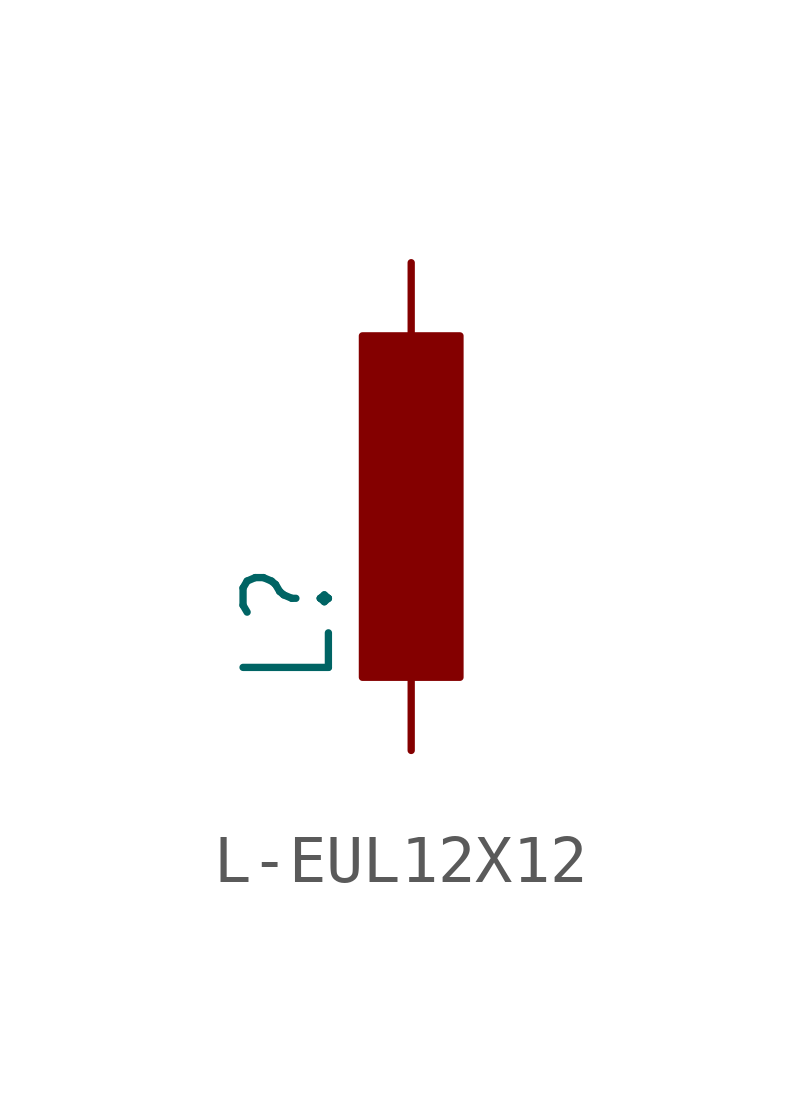
<source format=kicad_sym>
(kicad_symbol_lib
  (version 20241209)
  (generator "kicad_symbol_editor")
  (generator_version "9.0")
  (symbol "L-EUL12X12"
    (property "Reference" "L"
      (at -1.499 -3.81 90)
      (effects (font (size 1.778 1.511)) (justify left bottom)))
    (property "Value" ""
      (at 3.302 -3.81 90)
      (effects (font (size 1.778 1.511)) (justify left bottom)))
    (property "ki_locked" ""
      (at 0 0 0)
      (effects (font (size 1.27 1.27))))
    (symbol "L-EUL12X12_1_0"
      (rectangle (start -1.016 -3.556) (end 1.016 3.556) (stroke (width 0) (type default)) (fill (type outline)))
      (pin passive line (at 0 5.08 270) (length 2.54) (name "1" (effects (font (size 0 0)))) (number "P$1" (effects (font (size 0 0)))))
      (pin passive line (at 0 -5.08 90) (length 2.54) (name "2" (effects (font (size 0 0)))) (number "P$2" (effects (font (size 0 0))))))))
</source>
